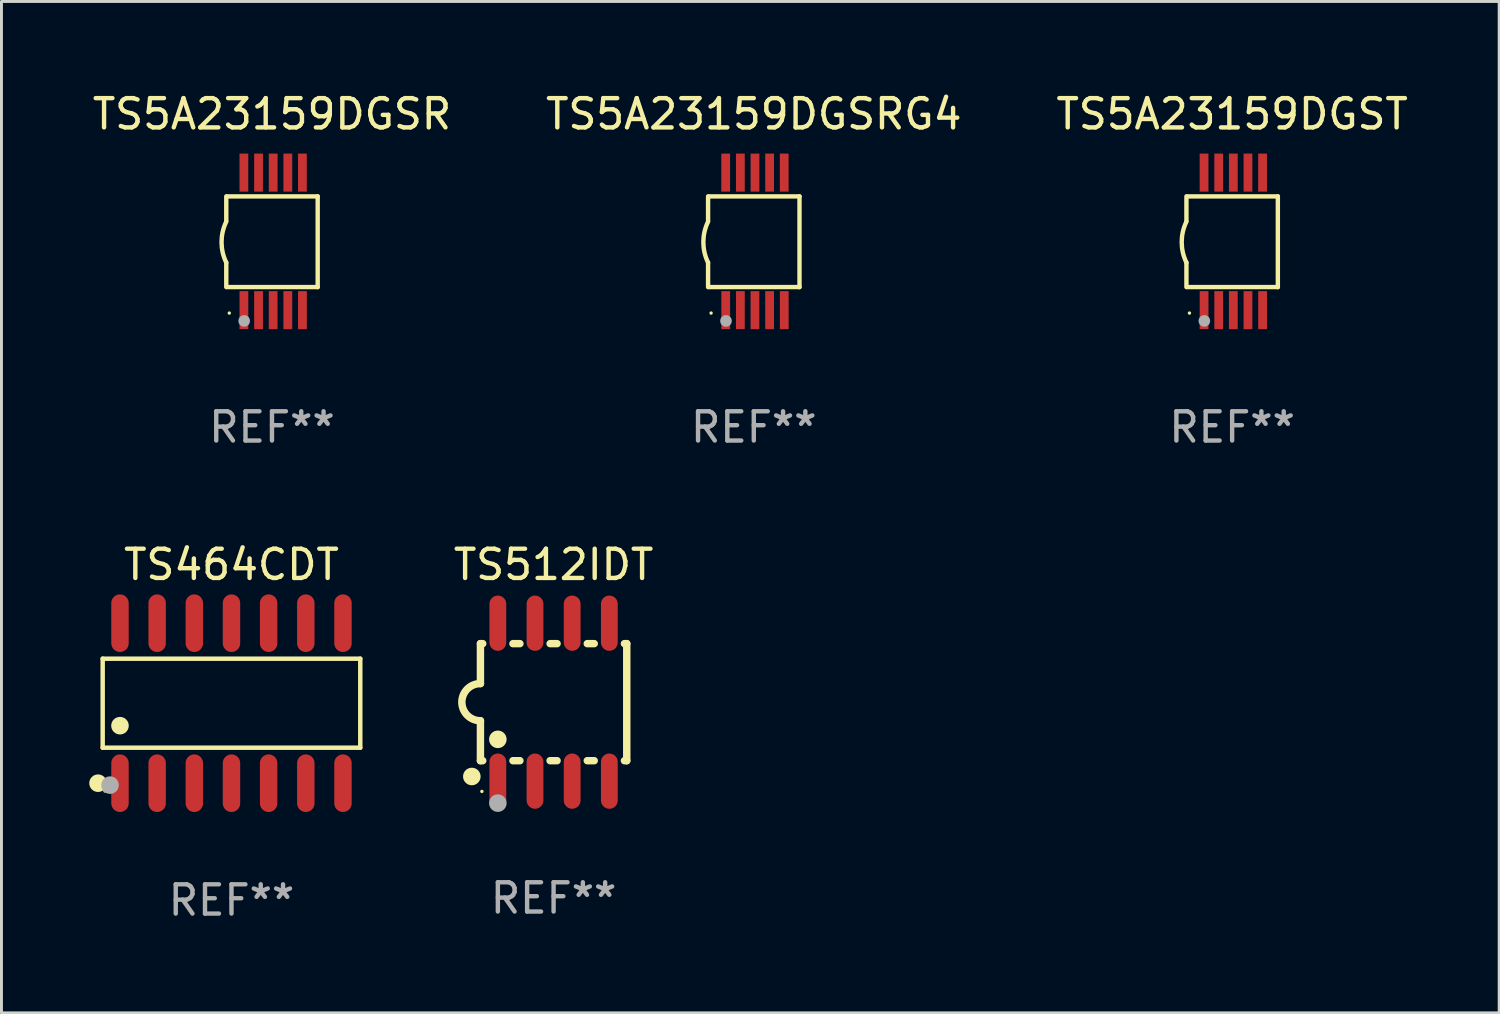
<source format=kicad_pcb>
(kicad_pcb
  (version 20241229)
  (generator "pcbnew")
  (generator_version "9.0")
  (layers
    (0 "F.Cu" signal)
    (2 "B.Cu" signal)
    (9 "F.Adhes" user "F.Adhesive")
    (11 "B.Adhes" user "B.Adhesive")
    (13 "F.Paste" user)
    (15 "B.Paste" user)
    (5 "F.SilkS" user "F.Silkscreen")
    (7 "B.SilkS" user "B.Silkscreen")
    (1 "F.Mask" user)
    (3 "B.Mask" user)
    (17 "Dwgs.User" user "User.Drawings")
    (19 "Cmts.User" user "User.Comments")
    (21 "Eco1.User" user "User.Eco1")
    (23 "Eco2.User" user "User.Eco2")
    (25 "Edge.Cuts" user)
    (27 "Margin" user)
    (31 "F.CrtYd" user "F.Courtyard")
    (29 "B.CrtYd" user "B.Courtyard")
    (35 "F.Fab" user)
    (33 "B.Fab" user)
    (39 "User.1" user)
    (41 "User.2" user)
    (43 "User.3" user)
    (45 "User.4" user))
  (footprint "TS512IDT"
    (layer "F.Cu")
    (at 15.867 20.944)
    (property "Reference" "TS512IDT" (at 0 -4.699 0) (layer "F.SilkS") (effects (font (size 1 1) (thickness 0.15))))
    (attr through_hole)
    (fp_line (start -2.5 -2) (end -2.5 -0.635) (stroke (width 0.254) (type solid)) (layer "F.SilkS"))
    (fp_line (start -2.5 -2) (end -2.421 -2) (stroke (width 0.254) (type solid)) (layer "F.SilkS"))
    (fp_line (start -2.5 2) (end -2.5 0.635) (stroke (width 0.254) (type solid)) (layer "F.SilkS"))
    (fp_line (start -2.5 2) (end -2.421 2) (stroke (width 0.254) (type solid)) (layer "F.SilkS"))
    (fp_line (start -1.389 -2) (end -1.151 -2) (stroke (width 0.254) (type solid)) (layer "F.SilkS"))
    (fp_line (start -1.389 2) (end -1.151 2) (stroke (width 0.254) (type solid)) (layer "F.SilkS"))
    (fp_line (start -0.119 -2) (end 0.119 -2) (stroke (width 0.254) (type solid)) (layer "F.SilkS"))
    (fp_line (start -0.119 2) (end 0.119 2) (stroke (width 0.254) (type solid)) (layer "F.SilkS"))
    (fp_line (start 1.151 -2) (end 1.389 -2) (stroke (width 0.254) (type solid)) (layer "F.SilkS"))
    (fp_line (start 1.151 2) (end 1.389 2) (stroke (width 0.254) (type solid)) (layer "F.SilkS"))
    (fp_line (start 2.421 -2) (end 2.5 -2) (stroke (width 0.254) (type solid)) (layer "F.SilkS"))
    (fp_line (start 2.421 2) (end 2.5 2) (stroke (width 0.254) (type solid)) (layer "F.SilkS"))
    (fp_line (start 2.5 -2) (end 2.5 2) (stroke (width 0.254) (type solid)) (layer "F.SilkS"))
    (fp_arc (start -2.5 0.635001) (mid -3.134366 -0.000318) (end -2.499365 -0.635001) (stroke (width 0.254001) (type solid)) (layer "F.SilkS"))
    (fp_circle (center -2.794 2.54) (end -2.644 2.54) (stroke (width 0.3) (type solid)) (fill no) (layer "F.SilkS"))
    (fp_circle (center -2.45 3.05) (end -2.42 3.05) (stroke (width 0.06) (type solid)) (fill no) (layer "F.SilkS"))
    (fp_circle (center -1.905 1.27) (end -1.755 1.27) (stroke (width 0.3) (type solid)) (fill no) (layer "F.SilkS"))
    (fp_circle (center -1.905 3.45) (end -1.755 3.45) (stroke (width 0.3) (type solid)) (fill no) (layer "F.Fab"))
    (fp_text user "REF**" (at 0 6.699 0) (layer "F.Fab") (effects (font (size 1 1) (thickness 0.15))))
    (pad "1" smd oval (at -1.905 2.699) (size 0.574 1.888) (layers "F.Cu" "F.Mask" "F.Paste"))
    (pad "2" smd oval (at -0.635 2.699) (size 0.574 1.888) (layers "F.Cu" "F.Mask" "F.Paste"))
    (pad "3" smd oval (at 0.635 2.699) (size 0.574 1.888) (layers "F.Cu" "F.Mask" "F.Paste"))
    (pad "4" smd oval (at 1.905 2.699) (size 0.574 1.888) (layers "F.Cu" "F.Mask" "F.Paste"))
    (pad "5" smd oval (at 1.905 -2.699) (size 0.574 1.888) (layers "F.Cu" "F.Mask" "F.Paste"))
    (pad "6" smd oval (at 0.635 -2.699) (size 0.574 1.888) (layers "F.Cu" "F.Mask" "F.Paste"))
    (pad "7" smd oval (at -0.635 -2.699) (size 0.574 1.888) (layers "F.Cu" "F.Mask" "F.Paste"))
    (pad "8" smd oval (at -1.905 -2.699) (size 0.574 1.888) (layers "F.Cu" "F.Mask" "F.Paste")))
  (footprint "TS5A23159DGSR"
    (layer "F.Cu")
    (at 6.244 5.198)
    (property "Reference" "TS5A23159DGSR" (at 0 -4.35 0) (layer "F.SilkS") (effects (font (size 1 1) (thickness 0.15))))
    (attr through_hole)
    (fp_line (start -1.562 -1.537) (end -1.562 -0.698) (stroke (width 0.15) (type solid)) (layer "F.SilkS"))
    (fp_line (start -1.562 0.724) (end -1.562 1.562) (stroke (width 0.15) (type solid)) (layer "F.SilkS"))
    (fp_line (start -1.538 -1.537) (end 1.562 -1.537) (stroke (width 0.15) (type solid)) (layer "F.SilkS"))
    (fp_line (start -1.538 1.562) (end 1.562 1.562) (stroke (width 0.15) (type solid)) (layer "F.SilkS"))
    (fp_line (start 1.562 1.564) (end 1.562 -1.537) (stroke (width 0.15) (type solid)) (layer "F.SilkS"))
    (fp_arc (start -1.562103 0.724079) (mid -1.723579 0.025578) (end -1.562103 -0.672924) (stroke (width 0.150013) (type solid)) (layer "F.SilkS"))
    (fp_circle (center -1.459 2.45) (end -1.429 2.45) (stroke (width 0.06) (type solid)) (fill no) (layer "F.SilkS"))
    (fp_circle (center -0.95 2.718) (end -0.85 2.718) (stroke (width 0.2) (type solid)) (fill no) (layer "F.Fab"))
    (fp_text user "REF**" (at 0 6.35 0) (layer "F.Fab") (effects (font (size 1 1) (thickness 0.15))))
    (pad "1" smd rect (at -0.959 2.35) (size 0.3 1.3) (layers "F.Cu" "F.Mask" "F.Paste"))
    (pad "2" smd rect (at -0.459 2.35) (size 0.3 1.3) (layers "F.Cu" "F.Mask" "F.Paste"))
    (pad "3" smd rect (at 0.04 2.35) (size 0.3 1.3) (layers "F.Cu" "F.Mask" "F.Paste"))
    (pad "4" smd rect (at 0.541 2.35) (size 0.3 1.3) (layers "F.Cu" "F.Mask" "F.Paste"))
    (pad "5" smd rect (at 1.041 2.35) (size 0.3 1.3) (layers "F.Cu" "F.Mask" "F.Paste"))
    (pad "6" smd rect (at 1.04 -2.35) (size 0.3 1.3) (layers "F.Cu" "F.Mask" "F.Paste"))
    (pad "7" smd rect (at 0.541 -2.35) (size 0.3 1.3) (layers "F.Cu" "F.Mask" "F.Paste"))
    (pad "8" smd rect (at 0.041 -2.35) (size 0.3 1.3) (layers "F.Cu" "F.Mask" "F.Paste"))
    (pad "9" smd rect (at -0.459 -2.35) (size 0.3 1.3) (layers "F.Cu" "F.Mask" "F.Paste"))
    (pad "10" smd rect (at -0.96 -2.35) (size 0.3 1.3) (layers "F.Cu" "F.Mask" "F.Paste")))
  (footprint "TS464CDT"
    (layer "F.Cu")
    (at 4.86 20.979)
    (property "Reference" "TS464CDT" (at 0 -4.734 0) (layer "F.SilkS") (effects (font (size 1 1) (thickness 0.15))))
    (attr through_hole)
    (fp_line (start -4.401 -1.521) (end 4.401 -1.521) (stroke (width 0.152) (type solid)) (layer "F.SilkS"))
    (fp_line (start -4.401 1.521) (end -4.401 -1.521) (stroke (width 0.152) (type solid)) (layer "F.SilkS"))
    (fp_line (start 4.401 -1.521) (end 4.401 1.521) (stroke (width 0.152) (type solid)) (layer "F.SilkS"))
    (fp_line (start 4.401 1.521) (end -4.401 1.521) (stroke (width 0.152) (type solid)) (layer "F.SilkS"))
    (fp_circle (center -4.56 2.734) (end -4.41 2.734) (stroke (width 0.3) (type solid)) (fill no) (layer "F.SilkS"))
    (fp_circle (center -4.325 3) (end -4.295 3) (stroke (width 0.06) (type solid)) (fill no) (layer "F.SilkS"))
    (fp_circle (center -3.81 0.769) (end -3.66 0.769) (stroke (width 0.3) (type solid)) (fill no) (layer "F.SilkS"))
    (fp_circle (center -4.15 2.8) (end -4 2.8) (stroke (width 0.3) (type solid)) (fill no) (layer "F.Fab"))
    (fp_text user "REF**" (at 0 6.734 0) (layer "F.Fab") (effects (font (size 1 1) (thickness 0.15))))
    (pad "1" smd oval (at -3.81 2.734) (size 0.595 1.968) (layers "F.Cu" "F.Mask" "F.Paste"))
    (pad "2" smd oval (at -2.54 2.734) (size 0.595 1.968) (layers "F.Cu" "F.Mask" "F.Paste"))
    (pad "3" smd oval (at -1.27 2.734) (size 0.595 1.968) (layers "F.Cu" "F.Mask" "F.Paste"))
    (pad "4" smd oval (at 0 2.734) (size 0.595 1.968) (layers "F.Cu" "F.Mask" "F.Paste"))
    (pad "5" smd oval (at 1.27 2.734) (size 0.595 1.968) (layers "F.Cu" "F.Mask" "F.Paste"))
    (pad "6" smd oval (at 2.54 2.734) (size 0.595 1.968) (layers "F.Cu" "F.Mask" "F.Paste"))
    (pad "7" smd oval (at 3.81 2.734) (size 0.595 1.968) (layers "F.Cu" "F.Mask" "F.Paste"))
    (pad "8" smd oval (at 3.81 -2.734) (size 0.595 1.968) (layers "F.Cu" "F.Mask" "F.Paste"))
    (pad "9" smd oval (at 2.54 -2.734) (size 0.595 1.968) (layers "F.Cu" "F.Mask" "F.Paste"))
    (pad "10" smd oval (at 1.27 -2.734) (size 0.595 1.968) (layers "F.Cu" "F.Mask" "F.Paste"))
    (pad "11" smd oval (at 0 -2.734) (size 0.595 1.968) (layers "F.Cu" "F.Mask" "F.Paste"))
    (pad "12" smd oval (at -1.27 -2.734) (size 0.595 1.968) (layers "F.Cu" "F.Mask" "F.Paste"))
    (pad "13" smd oval (at -2.54 -2.734) (size 0.595 1.968) (layers "F.Cu" "F.Mask" "F.Paste"))
    (pad "14" smd oval (at -3.81 -2.734) (size 0.595 1.968) (layers "F.Cu" "F.Mask" "F.Paste")))
  (footprint "TS5A23159DGSRG4"
    (layer "F.Cu")
    (at 22.708 5.198)
    (property "Reference" "TS5A23159DGSRG4" (at 0 -4.35 0) (layer "F.SilkS") (effects (font (size 1 1) (thickness 0.15))))
    (attr through_hole)
    (fp_line (start -1.562 -1.537) (end -1.562 -0.698) (stroke (width 0.15) (type solid)) (layer "F.SilkS"))
    (fp_line (start -1.562 0.724) (end -1.562 1.562) (stroke (width 0.15) (type solid)) (layer "F.SilkS"))
    (fp_line (start -1.538 -1.537) (end 1.562 -1.537) (stroke (width 0.15) (type solid)) (layer "F.SilkS"))
    (fp_line (start -1.538 1.562) (end 1.562 1.562) (stroke (width 0.15) (type solid)) (layer "F.SilkS"))
    (fp_line (start 1.562 1.564) (end 1.562 -1.537) (stroke (width 0.15) (type solid)) (layer "F.SilkS"))
    (fp_arc (start -1.562103 0.724079) (mid -1.723579 0.025578) (end -1.562103 -0.672924) (stroke (width 0.150013) (type solid)) (layer "F.SilkS"))
    (fp_circle (center -1.459 2.45) (end -1.429 2.45) (stroke (width 0.06) (type solid)) (fill no) (layer "F.SilkS"))
    (fp_circle (center -0.95 2.718) (end -0.85 2.718) (stroke (width 0.2) (type solid)) (fill no) (layer "F.Fab"))
    (fp_text user "REF**" (at 0 6.35 0) (layer "F.Fab") (effects (font (size 1 1) (thickness 0.15))))
    (pad "1" smd rect (at -0.959 2.35) (size 0.3 1.3) (layers "F.Cu" "F.Mask" "F.Paste"))
    (pad "2" smd rect (at -0.459 2.35) (size 0.3 1.3) (layers "F.Cu" "F.Mask" "F.Paste"))
    (pad "3" smd rect (at 0.04 2.35) (size 0.3 1.3) (layers "F.Cu" "F.Mask" "F.Paste"))
    (pad "4" smd rect (at 0.541 2.35) (size 0.3 1.3) (layers "F.Cu" "F.Mask" "F.Paste"))
    (pad "5" smd rect (at 1.041 2.35) (size 0.3 1.3) (layers "F.Cu" "F.Mask" "F.Paste"))
    (pad "6" smd rect (at 1.04 -2.35) (size 0.3 1.3) (layers "F.Cu" "F.Mask" "F.Paste"))
    (pad "7" smd rect (at 0.541 -2.35) (size 0.3 1.3) (layers "F.Cu" "F.Mask" "F.Paste"))
    (pad "8" smd rect (at 0.041 -2.35) (size 0.3 1.3) (layers "F.Cu" "F.Mask" "F.Paste"))
    (pad "9" smd rect (at -0.459 -2.35) (size 0.3 1.3) (layers "F.Cu" "F.Mask" "F.Paste"))
    (pad "10" smd rect (at -0.96 -2.35) (size 0.3 1.3) (layers "F.Cu" "F.Mask" "F.Paste")))
  (footprint "TS5A23159DGST"
    (layer "F.Cu")
    (at 39.054 5.198)
    (property "Reference" "TS5A23159DGST" (at 0 -4.35 0) (layer "F.SilkS") (effects (font (size 1 1) (thickness 0.15))))
    (attr through_hole)
    (fp_line (start -1.562 -1.537) (end -1.562 -0.698) (stroke (width 0.15) (type solid)) (layer "F.SilkS"))
    (fp_line (start -1.562 0.724) (end -1.562 1.562) (stroke (width 0.15) (type solid)) (layer "F.SilkS"))
    (fp_line (start -1.538 -1.537) (end 1.562 -1.537) (stroke (width 0.15) (type solid)) (layer "F.SilkS"))
    (fp_line (start -1.538 1.562) (end 1.562 1.562) (stroke (width 0.15) (type solid)) (layer "F.SilkS"))
    (fp_line (start 1.562 1.564) (end 1.562 -1.537) (stroke (width 0.15) (type solid)) (layer "F.SilkS"))
    (fp_arc (start -1.562103 0.724079) (mid -1.723579 0.025578) (end -1.562103 -0.672924) (stroke (width 0.150013) (type solid)) (layer "F.SilkS"))
    (fp_circle (center -1.459 2.45) (end -1.429 2.45) (stroke (width 0.06) (type solid)) (fill no) (layer "F.SilkS"))
    (fp_circle (center -0.95 2.718) (end -0.85 2.718) (stroke (width 0.2) (type solid)) (fill no) (layer "F.Fab"))
    (fp_text user "REF**" (at 0 6.35 0) (layer "F.Fab") (effects (font (size 1 1) (thickness 0.15))))
    (pad "1" smd rect (at -0.959 2.35) (size 0.3 1.3) (layers "F.Cu" "F.Mask" "F.Paste"))
    (pad "2" smd rect (at -0.459 2.35) (size 0.3 1.3) (layers "F.Cu" "F.Mask" "F.Paste"))
    (pad "3" smd rect (at 0.04 2.35) (size 0.3 1.3) (layers "F.Cu" "F.Mask" "F.Paste"))
    (pad "4" smd rect (at 0.541 2.35) (size 0.3 1.3) (layers "F.Cu" "F.Mask" "F.Paste"))
    (pad "5" smd rect (at 1.041 2.35) (size 0.3 1.3) (layers "F.Cu" "F.Mask" "F.Paste"))
    (pad "6" smd rect (at 1.04 -2.35) (size 0.3 1.3) (layers "F.Cu" "F.Mask" "F.Paste"))
    (pad "7" smd rect (at 0.541 -2.35) (size 0.3 1.3) (layers "F.Cu" "F.Mask" "F.Paste"))
    (pad "8" smd rect (at 0.041 -2.35) (size 0.3 1.3) (layers "F.Cu" "F.Mask" "F.Paste"))
    (pad "9" smd rect (at -0.459 -2.35) (size 0.3 1.3) (layers "F.Cu" "F.Mask" "F.Paste"))
    (pad "10" smd rect (at -0.96 -2.35) (size 0.3 1.3) (layers "F.Cu" "F.Mask" "F.Paste")))
  (gr_rect
    (start -3 -3)
    (end 48.179 31.561)
    (stroke (width 0.1) (type default))
    (fill no)
    (layer "Edge.Cuts")))
</source>
